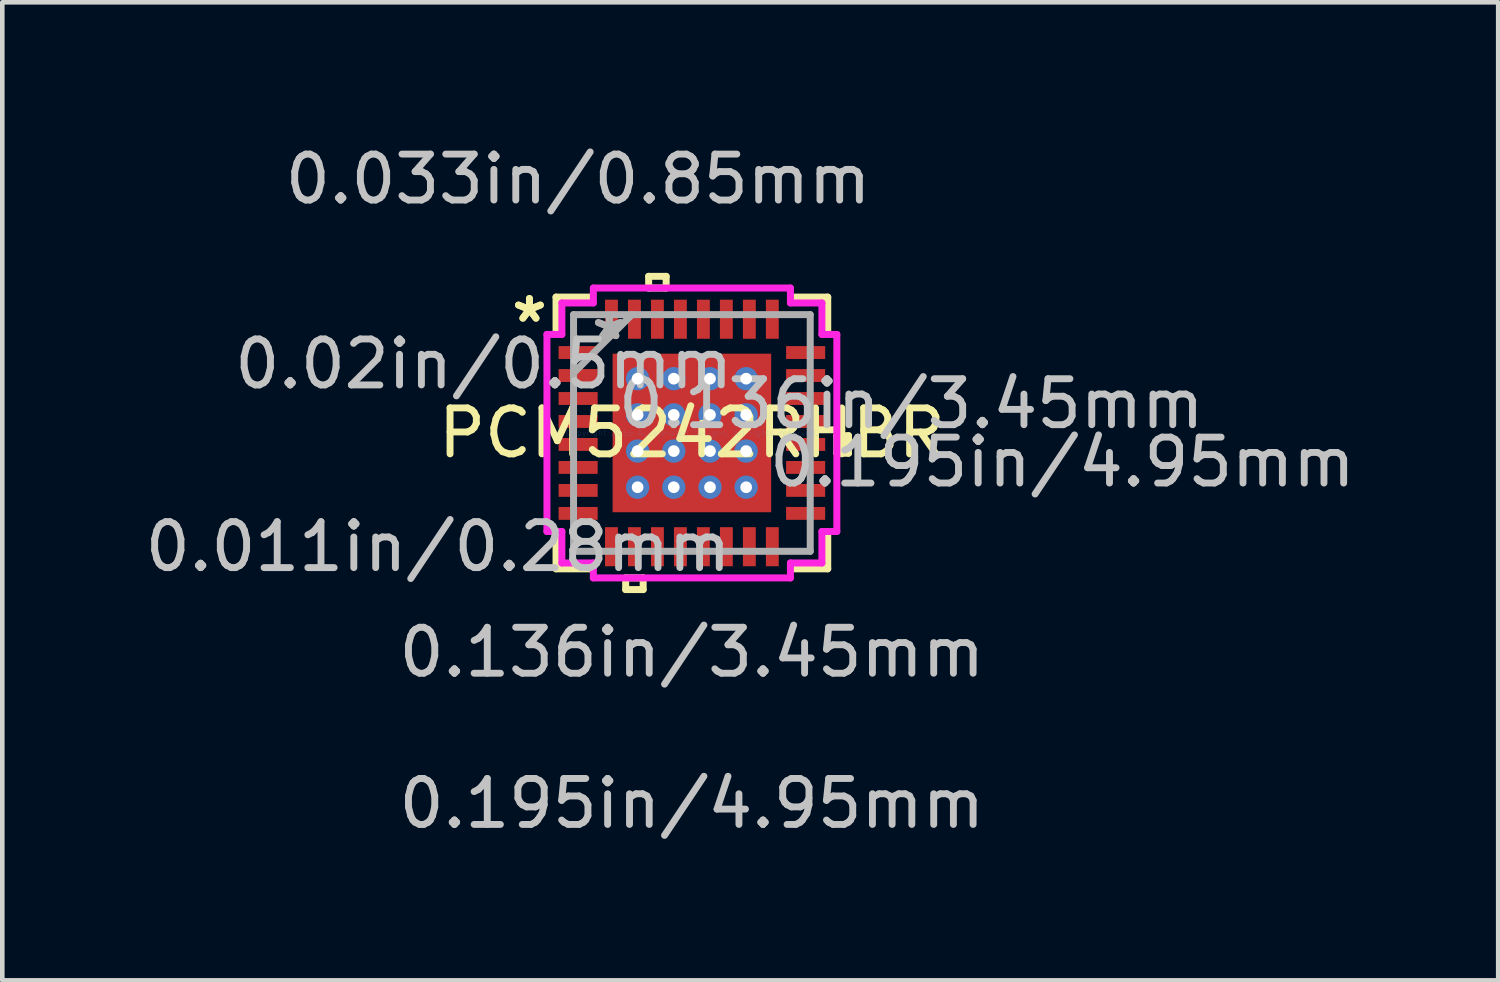
<source format=kicad_pcb>
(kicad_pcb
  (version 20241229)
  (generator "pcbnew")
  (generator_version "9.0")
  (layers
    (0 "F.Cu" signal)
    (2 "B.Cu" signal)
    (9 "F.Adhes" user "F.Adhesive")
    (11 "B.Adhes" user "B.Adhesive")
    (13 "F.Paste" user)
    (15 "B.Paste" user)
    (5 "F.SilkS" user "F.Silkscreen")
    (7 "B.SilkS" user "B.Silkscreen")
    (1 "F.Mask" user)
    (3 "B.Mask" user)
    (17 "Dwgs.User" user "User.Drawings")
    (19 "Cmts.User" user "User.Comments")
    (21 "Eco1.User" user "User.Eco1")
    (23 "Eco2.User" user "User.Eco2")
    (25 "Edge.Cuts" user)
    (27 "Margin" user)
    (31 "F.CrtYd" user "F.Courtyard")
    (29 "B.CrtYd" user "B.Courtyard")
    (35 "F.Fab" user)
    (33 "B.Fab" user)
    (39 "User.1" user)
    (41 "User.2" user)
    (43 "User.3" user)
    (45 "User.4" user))
  (footprint "PCM5242RHBR"
    (layer "F.Cu")
    (at 12.005 6.371)
    (property "Reference" "PCM5242RHBR" (at 0 0 0) (layer "F.SilkS") (effects (font (size 1 1) (thickness 0.15))))
    (attr through_hole)
    (fp_line (start -1.788 -1.788) (end -1.381 -1.788) (stroke (width 0.152) (type solid)) (layer "F.Mask"))
    (fp_line (start -1.788 -1.788) (end 1.788 -1.788) (stroke (width 0.152) (type solid)) (layer "F.Mask"))
    (fp_line (start -1.788 -1.381) (end -1.788 -1.788) (stroke (width 0.152) (type solid)) (layer "F.Mask"))
    (fp_line (start -1.788 -0.981) (end 1.788 -0.981) (stroke (width 0.152) (type solid)) (layer "F.Mask"))
    (fp_line (start -1.788 -0.594) (end -1.788 -0.981) (stroke (width 0.152) (type solid)) (layer "F.Mask"))
    (fp_line (start -1.788 -0.194) (end 1.788 -0.194) (stroke (width 0.152) (type solid)) (layer "F.Mask"))
    (fp_line (start -1.788 0.194) (end -1.788 -0.194) (stroke (width 0.152) (type solid)) (layer "F.Mask"))
    (fp_line (start -1.788 0.594) (end 1.788 0.594) (stroke (width 0.152) (type solid)) (layer "F.Mask"))
    (fp_line (start -1.788 0.981) (end -1.788 0.594) (stroke (width 0.152) (type solid)) (layer "F.Mask"))
    (fp_line (start -1.788 1.381) (end 1.788 1.381) (stroke (width 0.152) (type solid)) (layer "F.Mask"))
    (fp_line (start -1.788 1.788) (end -1.788 -1.788) (stroke (width 0.152) (type solid)) (layer "F.Mask"))
    (fp_line (start -1.788 1.788) (end -1.788 1.381) (stroke (width 0.152) (type solid)) (layer "F.Mask"))
    (fp_line (start -1.381 -1.788) (end -1.381 1.788) (stroke (width 0.152) (type solid)) (layer "F.Mask"))
    (fp_line (start -1.381 1.788) (end -1.788 1.788) (stroke (width 0.152) (type solid)) (layer "F.Mask"))
    (fp_line (start -0.981 -1.788) (end -0.981 1.788) (stroke (width 0.152) (type solid)) (layer "F.Mask"))
    (fp_line (start -0.981 1.788) (end -0.594 1.788) (stroke (width 0.152) (type solid)) (layer "F.Mask"))
    (fp_line (start -0.594 -1.788) (end -0.981 -1.788) (stroke (width 0.152) (type solid)) (layer "F.Mask"))
    (fp_line (start -0.594 1.788) (end -0.594 -1.788) (stroke (width 0.152) (type solid)) (layer "F.Mask"))
    (fp_line (start -0.194 -1.788) (end -0.194 1.788) (stroke (width 0.152) (type solid)) (layer "F.Mask"))
    (fp_line (start -0.194 1.788) (end 0.194 1.788) (stroke (width 0.152) (type solid)) (layer "F.Mask"))
    (fp_line (start 0.194 -1.788) (end -0.194 -1.788) (stroke (width 0.152) (type solid)) (layer "F.Mask"))
    (fp_line (start 0.194 1.788) (end 0.194 -1.788) (stroke (width 0.152) (type solid)) (layer "F.Mask"))
    (fp_line (start 0.594 -1.788) (end 0.594 1.788) (stroke (width 0.152) (type solid)) (layer "F.Mask"))
    (fp_line (start 0.594 1.788) (end 0.981 1.788) (stroke (width 0.152) (type solid)) (layer "F.Mask"))
    (fp_line (start 0.981 -1.788) (end 0.594 -1.788) (stroke (width 0.152) (type solid)) (layer "F.Mask"))
    (fp_line (start 0.981 1.788) (end 0.981 -1.788) (stroke (width 0.152) (type solid)) (layer "F.Mask"))
    (fp_line (start 1.381 -1.788) (end 1.788 -1.788) (stroke (width 0.152) (type solid)) (layer "F.Mask"))
    (fp_line (start 1.381 1.788) (end 1.381 -1.788) (stroke (width 0.152) (type solid)) (layer "F.Mask"))
    (fp_line (start 1.788 -1.788) (end 1.788 -1.381) (stroke (width 0.152) (type solid)) (layer "F.Mask"))
    (fp_line (start 1.788 -1.788) (end 1.788 1.788) (stroke (width 0.152) (type solid)) (layer "F.Mask"))
    (fp_line (start 1.788 -1.381) (end -1.788 -1.381) (stroke (width 0.152) (type solid)) (layer "F.Mask"))
    (fp_line (start 1.788 -0.981) (end 1.788 -0.594) (stroke (width 0.152) (type solid)) (layer "F.Mask"))
    (fp_line (start 1.788 -0.594) (end -1.788 -0.594) (stroke (width 0.152) (type solid)) (layer "F.Mask"))
    (fp_line (start 1.788 -0.194) (end 1.788 0.194) (stroke (width 0.152) (type solid)) (layer "F.Mask"))
    (fp_line (start 1.788 0.194) (end -1.788 0.194) (stroke (width 0.152) (type solid)) (layer "F.Mask"))
    (fp_line (start 1.788 0.594) (end 1.788 0.981) (stroke (width 0.152) (type solid)) (layer "F.Mask"))
    (fp_line (start 1.788 0.981) (end -1.788 0.981) (stroke (width 0.152) (type solid)) (layer "F.Mask"))
    (fp_line (start 1.788 1.381) (end 1.788 1.788) (stroke (width 0.152) (type solid)) (layer "F.Mask"))
    (fp_line (start 1.788 1.788) (end -1.788 1.788) (stroke (width 0.152) (type solid)) (layer "F.Mask"))
    (fp_line (start 1.788 1.788) (end 1.381 1.788) (stroke (width 0.152) (type solid)) (layer "F.Mask"))
    (fp_line (start -2.956 -2.956) (end -2.956 -2.218) (stroke (width 0.152) (type solid)) (layer "F.SilkS"))
    (fp_line (start -2.956 2.218) (end -2.956 2.956) (stroke (width 0.152) (type solid)) (layer "F.SilkS"))
    (fp_line (start -2.956 2.956) (end -2.218 2.956) (stroke (width 0.152) (type solid)) (layer "F.SilkS"))
    (fp_line (start -2.218 -2.956) (end -2.956 -2.956) (stroke (width 0.152) (type solid)) (layer "F.SilkS"))
    (fp_line (start -1.441 3.154) (end -1.441 3.408) (stroke (width 0.152) (type solid)) (layer "F.SilkS"))
    (fp_line (start -1.441 3.408) (end -1.06 3.408) (stroke (width 0.152) (type solid)) (layer "F.SilkS"))
    (fp_line (start -1.06 3.154) (end -1.441 3.154) (stroke (width 0.152) (type solid)) (layer "F.SilkS"))
    (fp_line (start -1.06 3.408) (end -1.06 3.154) (stroke (width 0.152) (type solid)) (layer "F.SilkS"))
    (fp_line (start -0.941 -3.408) (end -0.56 -3.408) (stroke (width 0.152) (type solid)) (layer "F.SilkS"))
    (fp_line (start -0.941 -3.154) (end -0.941 -3.408) (stroke (width 0.152) (type solid)) (layer "F.SilkS"))
    (fp_line (start -0.56 -3.408) (end -0.56 -3.154) (stroke (width 0.152) (type solid)) (layer "F.SilkS"))
    (fp_line (start -0.56 -3.154) (end -0.941 -3.154) (stroke (width 0.152) (type solid)) (layer "F.SilkS"))
    (fp_line (start 2.218 2.956) (end 2.956 2.956) (stroke (width 0.152) (type solid)) (layer "F.SilkS"))
    (fp_line (start 2.956 -2.956) (end 2.218 -2.956) (stroke (width 0.152) (type solid)) (layer "F.SilkS"))
    (fp_line (start 2.956 -2.218) (end 2.956 -2.956) (stroke (width 0.152) (type solid)) (layer "F.SilkS"))
    (fp_line (start 2.956 2.956) (end 2.956 2.218) (stroke (width 0.152) (type solid)) (layer "F.SilkS"))
    (fp_line (start 3.154 0.059) (end 3.408 0.059) (stroke (width 0.152) (type solid)) (layer "F.SilkS"))
    (fp_line (start 3.154 0.441) (end 3.154 0.059) (stroke (width 0.152) (type solid)) (layer "F.SilkS"))
    (fp_line (start 3.408 0.059) (end 3.408 0.441) (stroke (width 0.152) (type solid)) (layer "F.SilkS"))
    (fp_line (start 3.408 0.441) (end 3.154 0.441) (stroke (width 0.152) (type solid)) (layer "F.SilkS"))
    (fp_line (start -1.65 -1.65) (end -1.65 -1.281) (stroke (width 0.152) (type solid)) (layer "F.Paste"))
    (fp_line (start -1.65 -1.281) (end -1.423 -1.281) (stroke (width 0.152) (type solid)) (layer "F.Paste"))
    (fp_line (start -1.65 -1.081) (end -1.65 -0.494) (stroke (width 0.152) (type solid)) (layer "F.Paste"))
    (fp_line (start -1.65 -0.494) (end -1.423 -0.494) (stroke (width 0.152) (type solid)) (layer "F.Paste"))
    (fp_line (start -1.65 -0.294) (end -1.65 0.294) (stroke (width 0.152) (type solid)) (layer "F.Paste"))
    (fp_line (start -1.65 0.294) (end -1.423 0.294) (stroke (width 0.152) (type solid)) (layer "F.Paste"))
    (fp_line (start -1.65 0.494) (end -1.65 1.081) (stroke (width 0.152) (type solid)) (layer "F.Paste"))
    (fp_line (start -1.65 1.081) (end -1.423 1.081) (stroke (width 0.152) (type solid)) (layer "F.Paste"))
    (fp_line (start -1.65 1.281) (end -1.65 1.65) (stroke (width 0.152) (type solid)) (layer "F.Paste"))
    (fp_line (start -1.65 1.65) (end -1.281 1.65) (stroke (width 0.152) (type solid)) (layer "F.Paste"))
    (fp_line (start -1.423 -1.281) (end -1.423 -1.281) (stroke (width 0.152) (type solid)) (layer "F.Paste"))
    (fp_line (start -1.423 -1.281) (end -1.281 -1.423) (stroke (width 0.152) (type solid)) (layer "F.Paste"))
    (fp_line (start -1.423 -1.081) (end -1.65 -1.081) (stroke (width 0.152) (type solid)) (layer "F.Paste"))
    (fp_line (start -1.423 -1.081) (end -1.423 -1.081) (stroke (width 0.152) (type solid)) (layer "F.Paste"))
    (fp_line (start -1.423 -0.494) (end -1.423 -0.494) (stroke (width 0.152) (type solid)) (layer "F.Paste"))
    (fp_line (start -1.423 -0.494) (end -1.281 -0.635) (stroke (width 0.152) (type solid)) (layer "F.Paste"))
    (fp_line (start -1.423 -0.294) (end -1.65 -0.294) (stroke (width 0.152) (type solid)) (layer "F.Paste"))
    (fp_line (start -1.423 -0.294) (end -1.423 -0.294) (stroke (width 0.152) (type solid)) (layer "F.Paste"))
    (fp_line (start -1.423 0.294) (end -1.423 0.294) (stroke (width 0.152) (type solid)) (layer "F.Paste"))
    (fp_line (start -1.423 0.294) (end -1.281 0.152) (stroke (width 0.152) (type solid)) (layer "F.Paste"))
    (fp_line (start -1.423 0.494) (end -1.65 0.494) (stroke (width 0.152) (type solid)) (layer "F.Paste"))
    (fp_line (start -1.423 0.494) (end -1.423 0.494) (stroke (width 0.152) (type solid)) (layer "F.Paste"))
    (fp_line (start -1.423 1.081) (end -1.423 1.081) (stroke (width 0.152) (type solid)) (layer "F.Paste"))
    (fp_line (start -1.423 1.081) (end -1.281 0.94) (stroke (width 0.152) (type solid)) (layer "F.Paste"))
    (fp_line (start -1.423 1.281) (end -1.65 1.281) (stroke (width 0.152) (type solid)) (layer "F.Paste"))
    (fp_line (start -1.423 1.281) (end -1.423 1.281) (stroke (width 0.152) (type solid)) (layer "F.Paste"))
    (fp_line (start -1.281 -1.65) (end -1.65 -1.65) (stroke (width 0.152) (type solid)) (layer "F.Paste"))
    (fp_line (start -1.281 -1.423) (end -1.281 -1.65) (stroke (width 0.152) (type solid)) (layer "F.Paste"))
    (fp_line (start -1.281 -1.423) (end -1.281 -1.423) (stroke (width 0.152) (type solid)) (layer "F.Paste"))
    (fp_line (start -1.281 -0.94) (end -1.423 -1.081) (stroke (width 0.152) (type solid)) (layer "F.Paste"))
    (fp_line (start -1.281 -0.94) (end -1.281 -0.94) (stroke (width 0.152) (type solid)) (layer "F.Paste"))
    (fp_line (start -1.281 -0.635) (end -1.281 -0.94) (stroke (width 0.152) (type solid)) (layer "F.Paste"))
    (fp_line (start -1.281 -0.635) (end -1.281 -0.635) (stroke (width 0.152) (type solid)) (layer "F.Paste"))
    (fp_line (start -1.281 -0.152) (end -1.423 -0.294) (stroke (width 0.152) (type solid)) (layer "F.Paste"))
    (fp_line (start -1.281 -0.152) (end -1.281 -0.152) (stroke (width 0.152) (type solid)) (layer "F.Paste"))
    (fp_line (start -1.281 0.152) (end -1.281 -0.152) (stroke (width 0.152) (type solid)) (layer "F.Paste"))
    (fp_line (start -1.281 0.152) (end -1.281 0.152) (stroke (width 0.152) (type solid)) (layer "F.Paste"))
    (fp_line (start -1.281 0.635) (end -1.423 0.494) (stroke (width 0.152) (type solid)) (layer "F.Paste"))
    (fp_line (start -1.281 0.635) (end -1.281 0.635) (stroke (width 0.152) (type solid)) (layer "F.Paste"))
    (fp_line (start -1.281 0.94) (end -1.281 0.635) (stroke (width 0.152) (type solid)) (layer "F.Paste"))
    (fp_line (start -1.281 0.94) (end -1.281 0.94) (stroke (width 0.152) (type solid)) (layer "F.Paste"))
    (fp_line (start -1.281 1.423) (end -1.423 1.281) (stroke (width 0.152) (type solid)) (layer "F.Paste"))
    (fp_line (start -1.281 1.423) (end -1.281 1.423) (stroke (width 0.152) (type solid)) (layer "F.Paste"))
    (fp_line (start -1.281 1.65) (end -1.281 1.423) (stroke (width 0.152) (type solid)) (layer "F.Paste"))
    (fp_line (start -1.081 -1.65) (end -1.081 -1.423) (stroke (width 0.152) (type solid)) (layer "F.Paste"))
    (fp_line (start -1.081 -1.423) (end -1.081 -1.423) (stroke (width 0.152) (type solid)) (layer "F.Paste"))
    (fp_line (start -1.081 -1.423) (end -0.94 -1.281) (stroke (width 0.152) (type solid)) (layer "F.Paste"))
    (fp_line (start -1.081 -0.94) (end -1.081 -0.94) (stroke (width 0.152) (type solid)) (layer "F.Paste"))
    (fp_line (start -1.081 -0.94) (end -1.081 -0.635) (stroke (width 0.152) (type solid)) (layer "F.Paste"))
    (fp_line (start -1.081 -0.635) (end -1.081 -0.635) (stroke (width 0.152) (type solid)) (layer "F.Paste"))
    (fp_line (start -1.081 -0.635) (end -0.94 -0.494) (stroke (width 0.152) (type solid)) (layer "F.Paste"))
    (fp_line (start -1.081 -0.152) (end -1.081 -0.152) (stroke (width 0.152) (type solid)) (layer "F.Paste"))
    (fp_line (start -1.081 -0.152) (end -1.081 0.152) (stroke (width 0.152) (type solid)) (layer "F.Paste"))
    (fp_line (start -1.081 0.152) (end -1.081 0.152) (stroke (width 0.152) (type solid)) (layer "F.Paste"))
    (fp_line (start -1.081 0.152) (end -0.94 0.294) (stroke (width 0.152) (type solid)) (layer "F.Paste"))
    (fp_line (start -1.081 0.635) (end -1.081 0.635) (stroke (width 0.152) (type solid)) (layer "F.Paste"))
    (fp_line (start -1.081 0.635) (end -1.081 0.94) (stroke (width 0.152) (type solid)) (layer "F.Paste"))
    (fp_line (start -1.081 0.94) (end -1.081 0.94) (stroke (width 0.152) (type solid)) (layer "F.Paste"))
    (fp_line (start -1.081 0.94) (end -0.94 1.081) (stroke (width 0.152) (type solid)) (layer "F.Paste"))
    (fp_line (start -1.081 1.423) (end -1.081 1.423) (stroke (width 0.152) (type solid)) (layer "F.Paste"))
    (fp_line (start -1.081 1.423) (end -1.081 1.65) (stroke (width 0.152) (type solid)) (layer "F.Paste"))
    (fp_line (start -1.081 1.65) (end -0.494 1.65) (stroke (width 0.152) (type solid)) (layer "F.Paste"))
    (fp_line (start -0.94 -1.281) (end -0.94 -1.281) (stroke (width 0.152) (type solid)) (layer "F.Paste"))
    (fp_line (start -0.94 -1.281) (end -0.635 -1.281) (stroke (width 0.152) (type solid)) (layer "F.Paste"))
    (fp_line (start -0.94 -1.081) (end -1.081 -0.94) (stroke (width 0.152) (type solid)) (layer "F.Paste"))
    (fp_line (start -0.94 -1.081) (end -0.94 -1.081) (stroke (width 0.152) (type solid)) (layer "F.Paste"))
    (fp_line (start -0.94 -0.494) (end -0.94 -0.494) (stroke (width 0.152) (type solid)) (layer "F.Paste"))
    (fp_line (start -0.94 -0.494) (end -0.635 -0.494) (stroke (width 0.152) (type solid)) (layer "F.Paste"))
    (fp_line (start -0.94 -0.294) (end -1.081 -0.152) (stroke (width 0.152) (type solid)) (layer "F.Paste"))
    (fp_line (start -0.94 -0.294) (end -0.94 -0.294) (stroke (width 0.152) (type solid)) (layer "F.Paste"))
    (fp_line (start -0.94 0.294) (end -0.94 0.294) (stroke (width 0.152) (type solid)) (layer "F.Paste"))
    (fp_line (start -0.94 0.294) (end -0.635 0.294) (stroke (width 0.152) (type solid)) (layer "F.Paste"))
    (fp_line (start -0.94 0.494) (end -1.081 0.635) (stroke (width 0.152) (type solid)) (layer "F.Paste"))
    (fp_line (start -0.94 0.494) (end -0.94 0.494) (stroke (width 0.152) (type solid)) (layer "F.Paste"))
    (fp_line (start -0.94 1.081) (end -0.94 1.081) (stroke (width 0.152) (type solid)) (layer "F.Paste"))
    (fp_line (start -0.94 1.081) (end -0.635 1.081) (stroke (width 0.152) (type solid)) (layer "F.Paste"))
    (fp_line (start -0.94 1.281) (end -1.081 1.423) (stroke (width 0.152) (type solid)) (layer "F.Paste"))
    (fp_line (start -0.94 1.281) (end -0.94 1.281) (stroke (width 0.152) (type solid)) (layer "F.Paste"))
    (fp_line (start -0.635 -1.281) (end -0.635 -1.281) (stroke (width 0.152) (type solid)) (layer "F.Paste"))
    (fp_line (start -0.635 -1.281) (end -0.494 -1.423) (stroke (width 0.152) (type solid)) (layer "F.Paste"))
    (fp_line (start -0.635 -1.081) (end -0.94 -1.081) (stroke (width 0.152) (type solid)) (layer "F.Paste"))
    (fp_line (start -0.635 -1.081) (end -0.635 -1.081) (stroke (width 0.152) (type solid)) (layer "F.Paste"))
    (fp_line (start -0.635 -0.494) (end -0.635 -0.494) (stroke (width 0.152) (type solid)) (layer "F.Paste"))
    (fp_line (start -0.635 -0.494) (end -0.494 -0.635) (stroke (width 0.152) (type solid)) (layer "F.Paste"))
    (fp_line (start -0.635 -0.294) (end -0.94 -0.294) (stroke (width 0.152) (type solid)) (layer "F.Paste"))
    (fp_line (start -0.635 -0.294) (end -0.635 -0.294) (stroke (width 0.152) (type solid)) (layer "F.Paste"))
    (fp_line (start -0.635 0.294) (end -0.635 0.294) (stroke (width 0.152) (type solid)) (layer "F.Paste"))
    (fp_line (start -0.635 0.294) (end -0.494 0.152) (stroke (width 0.152) (type solid)) (layer "F.Paste"))
    (fp_line (start -0.635 0.494) (end -0.94 0.494) (stroke (width 0.152) (type solid)) (layer "F.Paste"))
    (fp_line (start -0.635 0.494) (end -0.635 0.494) (stroke (width 0.152) (type solid)) (layer "F.Paste"))
    (fp_line (start -0.635 1.081) (end -0.635 1.081) (stroke (width 0.152) (type solid)) (layer "F.Paste"))
    (fp_line (start -0.635 1.081) (end -0.494 0.94) (stroke (width 0.152) (type solid)) (layer "F.Paste"))
    (fp_line (start -0.635 1.281) (end -0.94 1.281) (stroke (width 0.152) (type solid)) (layer "F.Paste"))
    (fp_line (start -0.635 1.281) (end -0.635 1.281) (stroke (width 0.152) (type solid)) (layer "F.Paste"))
    (fp_line (start -0.494 -1.65) (end -1.081 -1.65) (stroke (width 0.152) (type solid)) (layer "F.Paste"))
    (fp_line (start -0.494 -1.423) (end -0.494 -1.65) (stroke (width 0.152) (type solid)) (layer "F.Paste"))
    (fp_line (start -0.494 -1.423) (end -0.494 -1.423) (stroke (width 0.152) (type solid)) (layer "F.Paste"))
    (fp_line (start -0.494 -0.94) (end -0.635 -1.081) (stroke (width 0.152) (type solid)) (layer "F.Paste"))
    (fp_line (start -0.494 -0.94) (end -0.494 -0.94) (stroke (width 0.152) (type solid)) (layer "F.Paste"))
    (fp_line (start -0.494 -0.635) (end -0.494 -0.94) (stroke (width 0.152) (type solid)) (layer "F.Paste"))
    (fp_line (start -0.494 -0.635) (end -0.494 -0.635) (stroke (width 0.152) (type solid)) (layer "F.Paste"))
    (fp_line (start -0.494 -0.152) (end -0.635 -0.294) (stroke (width 0.152) (type solid)) (layer "F.Paste"))
    (fp_line (start -0.494 -0.152) (end -0.494 -0.152) (stroke (width 0.152) (type solid)) (layer "F.Paste"))
    (fp_line (start -0.494 0.152) (end -0.494 -0.152) (stroke (width 0.152) (type solid)) (layer "F.Paste"))
    (fp_line (start -0.494 0.152) (end -0.494 0.152) (stroke (width 0.152) (type solid)) (layer "F.Paste"))
    (fp_line (start -0.494 0.635) (end -0.635 0.494) (stroke (width 0.152) (type solid)) (layer "F.Paste"))
    (fp_line (start -0.494 0.635) (end -0.494 0.635) (stroke (width 0.152) (type solid)) (layer "F.Paste"))
    (fp_line (start -0.494 0.94) (end -0.494 0.635) (stroke (width 0.152) (type solid)) (layer "F.Paste"))
    (fp_line (start -0.494 0.94) (end -0.494 0.94) (stroke (width 0.152) (type solid)) (layer "F.Paste"))
    (fp_line (start -0.494 1.423) (end -0.635 1.281) (stroke (width 0.152) (type solid)) (layer "F.Paste"))
    (fp_line (start -0.494 1.423) (end -0.494 1.423) (stroke (width 0.152) (type solid)) (layer "F.Paste"))
    (fp_line (start -0.494 1.65) (end -0.494 1.423) (stroke (width 0.152) (type solid)) (layer "F.Paste"))
    (fp_line (start -0.294 -1.65) (end -0.294 -1.423) (stroke (width 0.152) (type solid)) (layer "F.Paste"))
    (fp_line (start -0.294 -1.423) (end -0.294 -1.423) (stroke (width 0.152) (type solid)) (layer "F.Paste"))
    (fp_line (start -0.294 -1.423) (end -0.152 -1.281) (stroke (width 0.152) (type solid)) (layer "F.Paste"))
    (fp_line (start -0.294 -0.94) (end -0.294 -0.94) (stroke (width 0.152) (type solid)) (layer "F.Paste"))
    (fp_line (start -0.294 -0.94) (end -0.294 -0.635) (stroke (width 0.152) (type solid)) (layer "F.Paste"))
    (fp_line (start -0.294 -0.635) (end -0.294 -0.635) (stroke (width 0.152) (type solid)) (layer "F.Paste"))
    (fp_line (start -0.294 -0.635) (end -0.152 -0.494) (stroke (width 0.152) (type solid)) (layer "F.Paste"))
    (fp_line (start -0.294 -0.152) (end -0.294 -0.152) (stroke (width 0.152) (type solid)) (layer "F.Paste"))
    (fp_line (start -0.294 -0.152) (end -0.294 0.152) (stroke (width 0.152) (type solid)) (layer "F.Paste"))
    (fp_line (start -0.294 0.152) (end -0.294 0.152) (stroke (width 0.152) (type solid)) (layer "F.Paste"))
    (fp_line (start -0.294 0.152) (end -0.152 0.294) (stroke (width 0.152) (type solid)) (layer "F.Paste"))
    (fp_line (start -0.294 0.635) (end -0.294 0.635) (stroke (width 0.152) (type solid)) (layer "F.Paste"))
    (fp_line (start -0.294 0.635) (end -0.294 0.94) (stroke (width 0.152) (type solid)) (layer "F.Paste"))
    (fp_line (start -0.294 0.94) (end -0.294 0.94) (stroke (width 0.152) (type solid)) (layer "F.Paste"))
    (fp_line (start -0.294 0.94) (end -0.152 1.081) (stroke (width 0.152) (type solid)) (layer "F.Paste"))
    (fp_line (start -0.294 1.423) (end -0.294 1.423) (stroke (width 0.152) (type solid)) (layer "F.Paste"))
    (fp_line (start -0.294 1.423) (end -0.294 1.65) (stroke (width 0.152) (type solid)) (layer "F.Paste"))
    (fp_line (start -0.294 1.65) (end 0.294 1.65) (stroke (width 0.152) (type solid)) (layer "F.Paste"))
    (fp_line (start -0.152 -1.281) (end -0.152 -1.281) (stroke (width 0.152) (type solid)) (layer "F.Paste"))
    (fp_line (start -0.152 -1.281) (end 0.152 -1.281) (stroke (width 0.152) (type solid)) (layer "F.Paste"))
    (fp_line (start -0.152 -1.081) (end -0.294 -0.94) (stroke (width 0.152) (type solid)) (layer "F.Paste"))
    (fp_line (start -0.152 -1.081) (end -0.152 -1.081) (stroke (width 0.152) (type solid)) (layer "F.Paste"))
    (fp_line (start -0.152 -0.494) (end -0.152 -0.494) (stroke (width 0.152) (type solid)) (layer "F.Paste"))
    (fp_line (start -0.152 -0.494) (end 0.152 -0.494) (stroke (width 0.152) (type solid)) (layer "F.Paste"))
    (fp_line (start -0.152 -0.294) (end -0.294 -0.152) (stroke (width 0.152) (type solid)) (layer "F.Paste"))
    (fp_line (start -0.152 -0.294) (end -0.152 -0.294) (stroke (width 0.152) (type solid)) (layer "F.Paste"))
    (fp_line (start -0.152 0.294) (end -0.152 0.294) (stroke (width 0.152) (type solid)) (layer "F.Paste"))
    (fp_line (start -0.152 0.294) (end 0.152 0.294) (stroke (width 0.152) (type solid)) (layer "F.Paste"))
    (fp_line (start -0.152 0.494) (end -0.294 0.635) (stroke (width 0.152) (type solid)) (layer "F.Paste"))
    (fp_line (start -0.152 0.494) (end -0.152 0.494) (stroke (width 0.152) (type solid)) (layer "F.Paste"))
    (fp_line (start -0.152 1.081) (end -0.152 1.081) (stroke (width 0.152) (type solid)) (layer "F.Paste"))
    (fp_line (start -0.152 1.081) (end 0.152 1.081) (stroke (width 0.152) (type solid)) (layer "F.Paste"))
    (fp_line (start -0.152 1.281) (end -0.294 1.423) (stroke (width 0.152) (type solid)) (layer "F.Paste"))
    (fp_line (start -0.152 1.281) (end -0.152 1.281) (stroke (width 0.152) (type solid)) (layer "F.Paste"))
    (fp_line (start 0.152 -1.281) (end 0.152 -1.281) (stroke (width 0.152) (type solid)) (layer "F.Paste"))
    (fp_line (start 0.152 -1.281) (end 0.294 -1.423) (stroke (width 0.152) (type solid)) (layer "F.Paste"))
    (fp_line (start 0.152 -1.081) (end -0.152 -1.081) (stroke (width 0.152) (type solid)) (layer "F.Paste"))
    (fp_line (start 0.152 -1.081) (end 0.152 -1.081) (stroke (width 0.152) (type solid)) (layer "F.Paste"))
    (fp_line (start 0.152 -0.494) (end 0.152 -0.494) (stroke (width 0.152) (type solid)) (layer "F.Paste"))
    (fp_line (start 0.152 -0.494) (end 0.294 -0.635) (stroke (width 0.152) (type solid)) (layer "F.Paste"))
    (fp_line (start 0.152 -0.294) (end -0.152 -0.294) (stroke (width 0.152) (type solid)) (layer "F.Paste"))
    (fp_line (start 0.152 -0.294) (end 0.152 -0.294) (stroke (width 0.152) (type solid)) (layer "F.Paste"))
    (fp_line (start 0.152 0.294) (end 0.152 0.294) (stroke (width 0.152) (type solid)) (layer "F.Paste"))
    (fp_line (start 0.152 0.294) (end 0.294 0.152) (stroke (width 0.152) (type solid)) (layer "F.Paste"))
    (fp_line (start 0.152 0.494) (end -0.152 0.494) (stroke (width 0.152) (type solid)) (layer "F.Paste"))
    (fp_line (start 0.152 0.494) (end 0.152 0.494) (stroke (width 0.152) (type solid)) (layer "F.Paste"))
    (fp_line (start 0.152 1.081) (end 0.152 1.081) (stroke (width 0.152) (type solid)) (layer "F.Paste"))
    (fp_line (start 0.152 1.081) (end 0.294 0.94) (stroke (width 0.152) (type solid)) (layer "F.Paste"))
    (fp_line (start 0.152 1.281) (end -0.152 1.281) (stroke (width 0.152) (type solid)) (layer "F.Paste"))
    (fp_line (start 0.152 1.281) (end 0.152 1.281) (stroke (width 0.152) (type solid)) (layer "F.Paste"))
    (fp_line (start 0.294 -1.65) (end -0.294 -1.65) (stroke (width 0.152) (type solid)) (layer "F.Paste"))
    (fp_line (start 0.294 -1.423) (end 0.294 -1.65) (stroke (width 0.152) (type solid)) (layer "F.Paste"))
    (fp_line (start 0.294 -1.423) (end 0.294 -1.423) (stroke (width 0.152) (type solid)) (layer "F.Paste"))
    (fp_line (start 0.294 -0.94) (end 0.152 -1.081) (stroke (width 0.152) (type solid)) (layer "F.Paste"))
    (fp_line (start 0.294 -0.94) (end 0.294 -0.94) (stroke (width 0.152) (type solid)) (layer "F.Paste"))
    (fp_line (start 0.294 -0.635) (end 0.294 -0.94) (stroke (width 0.152) (type solid)) (layer "F.Paste"))
    (fp_line (start 0.294 -0.635) (end 0.294 -0.635) (stroke (width 0.152) (type solid)) (layer "F.Paste"))
    (fp_line (start 0.294 -0.152) (end 0.152 -0.294) (stroke (width 0.152) (type solid)) (layer "F.Paste"))
    (fp_line (start 0.294 -0.152) (end 0.294 -0.152) (stroke (width 0.152) (type solid)) (layer "F.Paste"))
    (fp_line (start 0.294 0.152) (end 0.294 -0.152) (stroke (width 0.152) (type solid)) (layer "F.Paste"))
    (fp_line (start 0.294 0.152) (end 0.294 0.152) (stroke (width 0.152) (type solid)) (layer "F.Paste"))
    (fp_line (start 0.294 0.635) (end 0.152 0.494) (stroke (width 0.152) (type solid)) (layer "F.Paste"))
    (fp_line (start 0.294 0.635) (end 0.294 0.635) (stroke (width 0.152) (type solid)) (layer "F.Paste"))
    (fp_line (start 0.294 0.94) (end 0.294 0.635) (stroke (width 0.152) (type solid)) (layer "F.Paste"))
    (fp_line (start 0.294 0.94) (end 0.294 0.94) (stroke (width 0.152) (type solid)) (layer "F.Paste"))
    (fp_line (start 0.294 1.423) (end 0.152 1.281) (stroke (width 0.152) (type solid)) (layer "F.Paste"))
    (fp_line (start 0.294 1.423) (end 0.294 1.423) (stroke (width 0.152) (type solid)) (layer "F.Paste"))
    (fp_line (start 0.294 1.65) (end 0.294 1.423) (stroke (width 0.152) (type solid)) (layer "F.Paste"))
    (fp_line (start 0.494 -1.65) (end 0.494 -1.423) (stroke (width 0.152) (type solid)) (layer "F.Paste"))
    (fp_line (start 0.494 -1.423) (end 0.494 -1.423) (stroke (width 0.152) (type solid)) (layer "F.Paste"))
    (fp_line (start 0.494 -1.423) (end 0.635 -1.281) (stroke (width 0.152) (type solid)) (layer "F.Paste"))
    (fp_line (start 0.494 -0.94) (end 0.494 -0.94) (stroke (width 0.152) (type solid)) (layer "F.Paste"))
    (fp_line (start 0.494 -0.94) (end 0.494 -0.635) (stroke (width 0.152) (type solid)) (layer "F.Paste"))
    (fp_line (start 0.494 -0.635) (end 0.494 -0.635) (stroke (width 0.152) (type solid)) (layer "F.Paste"))
    (fp_line (start 0.494 -0.635) (end 0.635 -0.494) (stroke (width 0.152) (type solid)) (layer "F.Paste"))
    (fp_line (start 0.494 -0.152) (end 0.494 -0.152) (stroke (width 0.152) (type solid)) (layer "F.Paste"))
    (fp_line (start 0.494 -0.152) (end 0.494 0.152) (stroke (width 0.152) (type solid)) (layer "F.Paste"))
    (fp_line (start 0.494 0.152) (end 0.494 0.152) (stroke (width 0.152) (type solid)) (layer "F.Paste"))
    (fp_line (start 0.494 0.152) (end 0.635 0.294) (stroke (width 0.152) (type solid)) (layer "F.Paste"))
    (fp_line (start 0.494 0.635) (end 0.494 0.635) (stroke (width 0.152) (type solid)) (layer "F.Paste"))
    (fp_line (start 0.494 0.635) (end 0.494 0.94) (stroke (width 0.152) (type solid)) (layer "F.Paste"))
    (fp_line (start 0.494 0.94) (end 0.494 0.94) (stroke (width 0.152) (type solid)) (layer "F.Paste"))
    (fp_line (start 0.494 0.94) (end 0.635 1.081) (stroke (width 0.152) (type solid)) (layer "F.Paste"))
    (fp_line (start 0.494 1.423) (end 0.494 1.423) (stroke (width 0.152) (type solid)) (layer "F.Paste"))
    (fp_line (start 0.494 1.423) (end 0.494 1.65) (stroke (width 0.152) (type solid)) (layer "F.Paste"))
    (fp_line (start 0.494 1.65) (end 1.081 1.65) (stroke (width 0.152) (type solid)) (layer "F.Paste"))
    (fp_line (start 0.635 -1.281) (end 0.635 -1.281) (stroke (width 0.152) (type solid)) (layer "F.Paste"))
    (fp_line (start 0.635 -1.281) (end 0.94 -1.281) (stroke (width 0.152) (type solid)) (layer "F.Paste"))
    (fp_line (start 0.635 -1.081) (end 0.494 -0.94) (stroke (width 0.152) (type solid)) (layer "F.Paste"))
    (fp_line (start 0.635 -1.081) (end 0.635 -1.081) (stroke (width 0.152) (type solid)) (layer "F.Paste"))
    (fp_line (start 0.635 -0.494) (end 0.635 -0.494) (stroke (width 0.152) (type solid)) (layer "F.Paste"))
    (fp_line (start 0.635 -0.494) (end 0.94 -0.494) (stroke (width 0.152) (type solid)) (layer "F.Paste"))
    (fp_line (start 0.635 -0.294) (end 0.494 -0.152) (stroke (width 0.152) (type solid)) (layer "F.Paste"))
    (fp_line (start 0.635 -0.294) (end 0.635 -0.294) (stroke (width 0.152) (type solid)) (layer "F.Paste"))
    (fp_line (start 0.635 0.294) (end 0.635 0.294) (stroke (width 0.152) (type solid)) (layer "F.Paste"))
    (fp_line (start 0.635 0.294) (end 0.94 0.294) (stroke (width 0.152) (type solid)) (layer "F.Paste"))
    (fp_line (start 0.635 0.494) (end 0.494 0.635) (stroke (width 0.152) (type solid)) (layer "F.Paste"))
    (fp_line (start 0.635 0.494) (end 0.635 0.494) (stroke (width 0.152) (type solid)) (layer "F.Paste"))
    (fp_line (start 0.635 1.081) (end 0.635 1.081) (stroke (width 0.152) (type solid)) (layer "F.Paste"))
    (fp_line (start 0.635 1.081) (end 0.94 1.081) (stroke (width 0.152) (type solid)) (layer "F.Paste"))
    (fp_line (start 0.635 1.281) (end 0.494 1.423) (stroke (width 0.152) (type solid)) (layer "F.Paste"))
    (fp_line (start 0.635 1.281) (end 0.635 1.281) (stroke (width 0.152) (type solid)) (layer "F.Paste"))
    (fp_line (start 0.94 -1.281) (end 0.94 -1.281) (stroke (width 0.152) (type solid)) (layer "F.Paste"))
    (fp_line (start 0.94 -1.281) (end 1.081 -1.423) (stroke (width 0.152) (type solid)) (layer "F.Paste"))
    (fp_line (start 0.94 -1.081) (end 0.635 -1.081) (stroke (width 0.152) (type solid)) (layer "F.Paste"))
    (fp_line (start 0.94 -1.081) (end 0.94 -1.081) (stroke (width 0.152) (type solid)) (layer "F.Paste"))
    (fp_line (start 0.94 -0.494) (end 0.94 -0.494) (stroke (width 0.152) (type solid)) (layer "F.Paste"))
    (fp_line (start 0.94 -0.494) (end 1.081 -0.635) (stroke (width 0.152) (type solid)) (layer "F.Paste"))
    (fp_line (start 0.94 -0.294) (end 0.635 -0.294) (stroke (width 0.152) (type solid)) (layer "F.Paste"))
    (fp_line (start 0.94 -0.294) (end 0.94 -0.294) (stroke (width 0.152) (type solid)) (layer "F.Paste"))
    (fp_line (start 0.94 0.294) (end 0.94 0.294) (stroke (width 0.152) (type solid)) (layer "F.Paste"))
    (fp_line (start 0.94 0.294) (end 1.081 0.152) (stroke (width 0.152) (type solid)) (layer "F.Paste"))
    (fp_line (start 0.94 0.494) (end 0.635 0.494) (stroke (width 0.152) (type solid)) (layer "F.Paste"))
    (fp_line (start 0.94 0.494) (end 0.94 0.494) (stroke (width 0.152) (type solid)) (layer "F.Paste"))
    (fp_line (start 0.94 1.081) (end 0.94 1.081) (stroke (width 0.152) (type solid)) (layer "F.Paste"))
    (fp_line (start 0.94 1.081) (end 1.081 0.94) (stroke (width 0.152) (type solid)) (layer "F.Paste"))
    (fp_line (start 0.94 1.281) (end 0.635 1.281) (stroke (width 0.152) (type solid)) (layer "F.Paste"))
    (fp_line (start 0.94 1.281) (end 0.94 1.281) (stroke (width 0.152) (type solid)) (layer "F.Paste"))
    (fp_line (start 1.081 -1.65) (end 0.494 -1.65) (stroke (width 0.152) (type solid)) (layer "F.Paste"))
    (fp_line (start 1.081 -1.423) (end 1.081 -1.65) (stroke (width 0.152) (type solid)) (layer "F.Paste"))
    (fp_line (start 1.081 -1.423) (end 1.081 -1.423) (stroke (width 0.152) (type solid)) (layer "F.Paste"))
    (fp_line (start 1.081 -0.94) (end 0.94 -1.081) (stroke (width 0.152) (type solid)) (layer "F.Paste"))
    (fp_line (start 1.081 -0.94) (end 1.081 -0.94) (stroke (width 0.152) (type solid)) (layer "F.Paste"))
    (fp_line (start 1.081 -0.635) (end 1.081 -0.94) (stroke (width 0.152) (type solid)) (layer "F.Paste"))
    (fp_line (start 1.081 -0.635) (end 1.081 -0.635) (stroke (width 0.152) (type solid)) (layer "F.Paste"))
    (fp_line (start 1.081 -0.152) (end 0.94 -0.294) (stroke (width 0.152) (type solid)) (layer "F.Paste"))
    (fp_line (start 1.081 -0.152) (end 1.081 -0.152) (stroke (width 0.152) (type solid)) (layer "F.Paste"))
    (fp_line (start 1.081 0.152) (end 1.081 -0.152) (stroke (width 0.152) (type solid)) (layer "F.Paste"))
    (fp_line (start 1.081 0.152) (end 1.081 0.152) (stroke (width 0.152) (type solid)) (layer "F.Paste"))
    (fp_line (start 1.081 0.635) (end 0.94 0.494) (stroke (width 0.152) (type solid)) (layer "F.Paste"))
    (fp_line (start 1.081 0.635) (end 1.081 0.635) (stroke (width 0.152) (type solid)) (layer "F.Paste"))
    (fp_line (start 1.081 0.94) (end 1.081 0.635) (stroke (width 0.152) (type solid)) (layer "F.Paste"))
    (fp_line (start 1.081 0.94) (end 1.081 0.94) (stroke (width 0.152) (type solid)) (layer "F.Paste"))
    (fp_line (start 1.081 1.423) (end 0.94 1.281) (stroke (width 0.152) (type solid)) (layer "F.Paste"))
    (fp_line (start 1.081 1.423) (end 1.081 1.423) (stroke (width 0.152) (type solid)) (layer "F.Paste"))
    (fp_line (start 1.081 1.65) (end 1.081 1.423) (stroke (width 0.152) (type solid)) (layer "F.Paste"))
    (fp_line (start 1.281 -1.65) (end 1.281 -1.423) (stroke (width 0.152) (type solid)) (layer "F.Paste"))
    (fp_line (start 1.281 -1.423) (end 1.281 -1.423) (stroke (width 0.152) (type solid)) (layer "F.Paste"))
    (fp_line (start 1.281 -1.423) (end 1.423 -1.281) (stroke (width 0.152) (type solid)) (layer "F.Paste"))
    (fp_line (start 1.281 -0.94) (end 1.281 -0.94) (stroke (width 0.152) (type solid)) (layer "F.Paste"))
    (fp_line (start 1.281 -0.94) (end 1.281 -0.635) (stroke (width 0.152) (type solid)) (layer "F.Paste"))
    (fp_line (start 1.281 -0.635) (end 1.281 -0.635) (stroke (width 0.152) (type solid)) (layer "F.Paste"))
    (fp_line (start 1.281 -0.635) (end 1.423 -0.494) (stroke (width 0.152) (type solid)) (layer "F.Paste"))
    (fp_line (start 1.281 -0.152) (end 1.281 -0.152) (stroke (width 0.152) (type solid)) (layer "F.Paste"))
    (fp_line (start 1.281 -0.152) (end 1.281 0.152) (stroke (width 0.152) (type solid)) (layer "F.Paste"))
    (fp_line (start 1.281 0.152) (end 1.281 0.152) (stroke (width 0.152) (type solid)) (layer "F.Paste"))
    (fp_line (start 1.281 0.152) (end 1.423 0.294) (stroke (width 0.152) (type solid)) (layer "F.Paste"))
    (fp_line (start 1.281 0.635) (end 1.281 0.635) (stroke (width 0.152) (type solid)) (layer "F.Paste"))
    (fp_line (start 1.281 0.635) (end 1.281 0.94) (stroke (width 0.152) (type solid)) (layer "F.Paste"))
    (fp_line (start 1.281 0.94) (end 1.281 0.94) (stroke (width 0.152) (type solid)) (layer "F.Paste"))
    (fp_line (start 1.281 0.94) (end 1.423 1.081) (stroke (width 0.152) (type solid)) (layer "F.Paste"))
    (fp_line (start 1.281 1.423) (end 1.281 1.423) (stroke (width 0.152) (type solid)) (layer "F.Paste"))
    (fp_line (start 1.281 1.423) (end 1.281 1.65) (stroke (width 0.152) (type solid)) (layer "F.Paste"))
    (fp_line (start 1.281 1.65) (end 1.65 1.65) (stroke (width 0.152) (type solid)) (layer "F.Paste"))
    (fp_line (start 1.423 -1.281) (end 1.423 -1.281) (stroke (width 0.152) (type solid)) (layer "F.Paste"))
    (fp_line (start 1.423 -1.281) (end 1.65 -1.281) (stroke (width 0.152) (type solid)) (layer "F.Paste"))
    (fp_line (start 1.423 -1.081) (end 1.281 -0.94) (stroke (width 0.152) (type solid)) (layer "F.Paste"))
    (fp_line (start 1.423 -1.081) (end 1.423 -1.081) (stroke (width 0.152) (type solid)) (layer "F.Paste"))
    (fp_line (start 1.423 -0.494) (end 1.423 -0.494) (stroke (width 0.152) (type solid)) (layer "F.Paste"))
    (fp_line (start 1.423 -0.494) (end 1.65 -0.494) (stroke (width 0.152) (type solid)) (layer "F.Paste"))
    (fp_line (start 1.423 -0.294) (end 1.281 -0.152) (stroke (width 0.152) (type solid)) (layer "F.Paste"))
    (fp_line (start 1.423 -0.294) (end 1.423 -0.294) (stroke (width 0.152) (type solid)) (layer "F.Paste"))
    (fp_line (start 1.423 0.294) (end 1.423 0.294) (stroke (width 0.152) (type solid)) (layer "F.Paste"))
    (fp_line (start 1.423 0.294) (end 1.65 0.294) (stroke (width 0.152) (type solid)) (layer "F.Paste"))
    (fp_line (start 1.423 0.494) (end 1.281 0.635) (stroke (width 0.152) (type solid)) (layer "F.Paste"))
    (fp_line (start 1.423 0.494) (end 1.423 0.494) (stroke (width 0.152) (type solid)) (layer "F.Paste"))
    (fp_line (start 1.423 1.081) (end 1.423 1.081) (stroke (width 0.152) (type solid)) (layer "F.Paste"))
    (fp_line (start 1.423 1.081) (end 1.65 1.081) (stroke (width 0.152) (type solid)) (layer "F.Paste"))
    (fp_line (start 1.423 1.281) (end 1.281 1.423) (stroke (width 0.152) (type solid)) (layer "F.Paste"))
    (fp_line (start 1.423 1.281) (end 1.423 1.281) (stroke (width 0.152) (type solid)) (layer "F.Paste"))
    (fp_line (start 1.65 -1.65) (end 1.281 -1.65) (stroke (width 0.152) (type solid)) (layer "F.Paste"))
    (fp_line (start 1.65 -1.281) (end 1.65 -1.65) (stroke (width 0.152) (type solid)) (layer "F.Paste"))
    (fp_line (start 1.65 -1.081) (end 1.423 -1.081) (stroke (width 0.152) (type solid)) (layer "F.Paste"))
    (fp_line (start 1.65 -0.494) (end 1.65 -1.081) (stroke (width 0.152) (type solid)) (layer "F.Paste"))
    (fp_line (start 1.65 -0.294) (end 1.423 -0.294) (stroke (width 0.152) (type solid)) (layer "F.Paste"))
    (fp_line (start 1.65 0.294) (end 1.65 -0.294) (stroke (width 0.152) (type solid)) (layer "F.Paste"))
    (fp_line (start 1.65 0.494) (end 1.423 0.494) (stroke (width 0.152) (type solid)) (layer "F.Paste"))
    (fp_line (start 1.65 1.081) (end 1.65 0.494) (stroke (width 0.152) (type solid)) (layer "F.Paste"))
    (fp_line (start 1.65 1.281) (end 1.423 1.281) (stroke (width 0.152) (type solid)) (layer "F.Paste"))
    (fp_line (start 1.65 1.65) (end 1.65 1.281) (stroke (width 0.152) (type solid)) (layer "F.Paste"))
    (fp_line (start -3.154 -2.144) (end -2.829 -2.144) (stroke (width 0.152) (type solid)) (layer "F.CrtYd"))
    (fp_line (start -3.154 2.144) (end -3.154 -2.144) (stroke (width 0.152) (type solid)) (layer "F.CrtYd"))
    (fp_line (start -2.829 -2.829) (end -2.144 -2.829) (stroke (width 0.152) (type solid)) (layer "F.CrtYd"))
    (fp_line (start -2.829 -2.144) (end -2.829 -2.829) (stroke (width 0.152) (type solid)) (layer "F.CrtYd"))
    (fp_line (start -2.829 2.144) (end -3.154 2.144) (stroke (width 0.152) (type solid)) (layer "F.CrtYd"))
    (fp_line (start -2.829 2.829) (end -2.829 2.144) (stroke (width 0.152) (type solid)) (layer "F.CrtYd"))
    (fp_line (start -2.144 -3.154) (end 2.144 -3.154) (stroke (width 0.152) (type solid)) (layer "F.CrtYd"))
    (fp_line (start -2.144 -2.829) (end -2.144 -3.154) (stroke (width 0.152) (type solid)) (layer "F.CrtYd"))
    (fp_line (start -2.144 2.829) (end -2.829 2.829) (stroke (width 0.152) (type solid)) (layer "F.CrtYd"))
    (fp_line (start -2.144 3.154) (end -2.144 2.829) (stroke (width 0.152) (type solid)) (layer "F.CrtYd"))
    (fp_line (start 2.144 -3.154) (end 2.144 -2.829) (stroke (width 0.152) (type solid)) (layer "F.CrtYd"))
    (fp_line (start 2.144 -2.829) (end 2.829 -2.829) (stroke (width 0.152) (type solid)) (layer "F.CrtYd"))
    (fp_line (start 2.144 2.829) (end 2.144 3.154) (stroke (width 0.152) (type solid)) (layer "F.CrtYd"))
    (fp_line (start 2.144 3.154) (end -2.144 3.154) (stroke (width 0.152) (type solid)) (layer "F.CrtYd"))
    (fp_line (start 2.829 -2.829) (end 2.829 -2.144) (stroke (width 0.152) (type solid)) (layer "F.CrtYd"))
    (fp_line (start 2.829 -2.144) (end 3.154 -2.144) (stroke (width 0.152) (type solid)) (layer "F.CrtYd"))
    (fp_line (start 2.829 2.144) (end 2.829 2.829) (stroke (width 0.152) (type solid)) (layer "F.CrtYd"))
    (fp_line (start 2.829 2.829) (end 2.144 2.829) (stroke (width 0.152) (type solid)) (layer "F.CrtYd"))
    (fp_line (start 3.154 -2.144) (end 3.154 2.144) (stroke (width 0.152) (type solid)) (layer "F.CrtYd"))
    (fp_line (start 3.154 2.144) (end 2.829 2.144) (stroke (width 0.152) (type solid)) (layer "F.CrtYd"))
    (fp_line (start -2.575 -2.575) (end -2.575 2.575) (stroke (width 0.152) (type solid)) (layer "F.Fab"))
    (fp_line (start -2.575 -1.305) (end -1.305 -2.575) (stroke (width 0.152) (type solid)) (layer "F.Fab"))
    (fp_line (start -2.575 2.575) (end 2.575 2.575) (stroke (width 0.152) (type solid)) (layer "F.Fab"))
    (fp_line (start 2.575 -2.575) (end -2.575 -2.575) (stroke (width 0.152) (type solid)) (layer "F.Fab"))
    (fp_line (start 2.575 2.575) (end 2.575 -2.575) (stroke (width 0.152) (type solid)) (layer "F.Fab"))
    (fp_text user "*" (at -3.535 -2.381 0) (layer "F.SilkS") (effects (font (size 1 1) (thickness 0.15))))
    (fp_text user "*" (at -3.535 -2.381 0) (layer "F.SilkS") (effects (font (size 1 1) (thickness 0.15))))
    (fp_text user "0.195in/4.95mm" (at 8.063 0.635 0) (layer "Dwgs.User") (effects (font (size 1 1) (thickness 0.15))))
    (fp_text user "0.02in/0.5mm" (at -4.528 -1.5 0) (layer "Dwgs.User") (effects (font (size 1 1) (thickness 0.15))))
    (fp_text user "0.011in/0.28mm" (at -5.523 2.475 0) (layer "Dwgs.User") (effects (font (size 1 1) (thickness 0.15))))
    (fp_text user "0.136in/3.45mm" (at 0 4.773 0) (layer "Dwgs.User") (effects (font (size 1 1) (thickness 0.15))))
    (fp_text user "0.195in/4.95mm" (at 0 8.063 0) (layer "Dwgs.User") (effects (font (size 1 1) (thickness 0.15))))
    (fp_text user "0.033in/0.85mm" (at -2.475 -5.523 0) (layer "Dwgs.User") (effects (font (size 1 1) (thickness 0.15))))
    (fp_text user "0.136in/3.45mm" (at 4.773 -0.635 0) (layer "Dwgs.User") (effects (font (size 1 1) (thickness 0.15))))
    (fp_text user "Copyright 2016 Accelerated Designs. All rights reserved." (at 0 0 0) (layer "Cmts.User") (effects (font (size 0.127 0.127) (thickness 0.002))))
    (fp_text user "*" (at -1.796 -2 0) (layer "F.Fab") (effects (font (size 1 1) (thickness 0.15))))
    (fp_text user "*" (at -1.796 -2 0) (layer "F.Fab") (effects (font (size 1 1) (thickness 0.15))))
    (pad "1" smd rect (at -2.475 -1.75 90) (size 0.28 0.85) (layers "F.Cu" "F.Mask" "F.Paste"))
    (pad "2" smd rect (at -2.475 -1.25 90) (size 0.28 0.85) (layers "F.Cu" "F.Mask" "F.Paste"))
    (pad "3" smd rect (at -2.475 -0.75 90) (size 0.28 0.85) (layers "F.Cu" "F.Mask" "F.Paste"))
    (pad "4" smd rect (at -2.475 -0.25 90) (size 0.28 0.85) (layers "F.Cu" "F.Mask" "F.Paste"))
    (pad "5" smd rect (at -2.475 0.25 90) (size 0.28 0.85) (layers "F.Cu" "F.Mask" "F.Paste"))
    (pad "6" smd rect (at -2.475 0.75 90) (size 0.28 0.85) (layers "F.Cu" "F.Mask" "F.Paste"))
    (pad "7" smd rect (at -2.475 1.25 90) (size 0.28 0.85) (layers "F.Cu" "F.Mask" "F.Paste"))
    (pad "8" smd rect (at -2.475 1.75 90) (size 0.28 0.85) (layers "F.Cu" "F.Mask" "F.Paste"))
    (pad "9" smd rect (at -1.75 2.475) (size 0.28 0.85) (layers "F.Cu" "F.Mask" "F.Paste"))
    (pad "10" smd rect (at -1.25 2.475) (size 0.28 0.85) (layers "F.Cu" "F.Mask" "F.Paste"))
    (pad "11" smd rect (at -0.75 2.475) (size 0.28 0.85) (layers "F.Cu" "F.Mask" "F.Paste"))
    (pad "12" smd rect (at -0.25 2.475) (size 0.28 0.85) (layers "F.Cu" "F.Mask" "F.Paste"))
    (pad "13" smd rect (at 0.25 2.475) (size 0.28 0.85) (layers "F.Cu" "F.Mask" "F.Paste"))
    (pad "14" smd rect (at 0.75 2.475) (size 0.28 0.85) (layers "F.Cu" "F.Mask" "F.Paste"))
    (pad "15" smd rect (at 1.25 2.475) (size 0.28 0.85) (layers "F.Cu" "F.Mask" "F.Paste"))
    (pad "16" smd rect (at 1.75 2.475) (size 0.28 0.85) (layers "F.Cu" "F.Mask" "F.Paste"))
    (pad "17" smd rect (at 2.475 1.75 90) (size 0.28 0.85) (layers "F.Cu" "F.Mask" "F.Paste"))
    (pad "18" smd rect (at 2.475 1.25 90) (size 0.28 0.85) (layers "F.Cu" "F.Mask" "F.Paste"))
    (pad "19" smd rect (at 2.475 0.75 90) (size 0.28 0.85) (layers "F.Cu" "F.Mask" "F.Paste"))
    (pad "20" smd rect (at 2.475 0.25 90) (size 0.28 0.85) (layers "F.Cu" "F.Mask" "F.Paste"))
    (pad "21" smd rect (at 2.475 -0.25 90) (size 0.28 0.85) (layers "F.Cu" "F.Mask" "F.Paste"))
    (pad "22" smd rect (at 2.475 -0.75 90) (size 0.28 0.85) (layers "F.Cu" "F.Mask" "F.Paste"))
    (pad "23" smd rect (at 2.475 -1.25 90) (size 0.28 0.85) (layers "F.Cu" "F.Mask" "F.Paste"))
    (pad "24" smd rect (at 2.475 -1.75 90) (size 0.28 0.85) (layers "F.Cu" "F.Mask" "F.Paste"))
    (pad "25" smd rect (at 1.75 -2.475) (size 0.28 0.85) (layers "F.Cu" "F.Mask" "F.Paste"))
    (pad "26" smd rect (at 1.25 -2.475) (size 0.28 0.85) (layers "F.Cu" "F.Mask" "F.Paste"))
    (pad "27" smd rect (at 0.75 -2.475) (size 0.28 0.85) (layers "F.Cu" "F.Mask" "F.Paste"))
    (pad "28" smd rect (at 0.25 -2.475) (size 0.28 0.85) (layers "F.Cu" "F.Mask" "F.Paste"))
    (pad "29" smd rect (at -0.25 -2.475) (size 0.28 0.85) (layers "F.Cu" "F.Mask" "F.Paste"))
    (pad "30" smd rect (at -0.75 -2.475) (size 0.28 0.85) (layers "F.Cu" "F.Mask" "F.Paste"))
    (pad "31" smd rect (at -1.25 -2.475) (size 0.28 0.85) (layers "F.Cu" "F.Mask" "F.Paste"))
    (pad "32" smd rect (at -1.75 -2.475) (size 0.28 0.85) (layers "F.Cu" "F.Mask" "F.Paste"))
    (pad "33" smd rect (at 0 0) (size 3.45 3.45) (layers "F.Cu" "F.Mask" "F.Paste"))
    (pad "V" thru_hole circle (at -1.181 -1.181) (size 0.508 0.508) (drill 0.254) (layers "*.Cu" "*.Mask"))
    (pad "V" thru_hole circle (at -1.181 -0.394) (size 0.508 0.508) (drill 0.254) (layers "*.Cu" "*.Mask"))
    (pad "V" thru_hole circle (at -1.181 0.394) (size 0.508 0.508) (drill 0.254) (layers "*.Cu" "*.Mask"))
    (pad "V" thru_hole circle (at -1.181 1.181) (size 0.508 0.508) (drill 0.254) (layers "*.Cu" "*.Mask"))
    (pad "V" thru_hole circle (at -0.394 -1.181) (size 0.508 0.508) (drill 0.254) (layers "*.Cu" "*.Mask"))
    (pad "V" thru_hole circle (at -0.394 -0.394) (size 0.508 0.508) (drill 0.254) (layers "*.Cu" "*.Mask"))
    (pad "V" thru_hole circle (at -0.394 0.394) (size 0.508 0.508) (drill 0.254) (layers "*.Cu" "*.Mask"))
    (pad "V" thru_hole circle (at -0.394 1.181) (size 0.508 0.508) (drill 0.254) (layers "*.Cu" "*.Mask"))
    (pad "V" thru_hole circle (at 0.394 -1.181) (size 0.508 0.508) (drill 0.254) (layers "*.Cu" "*.Mask"))
    (pad "V" thru_hole circle (at 0.394 -0.394) (size 0.508 0.508) (drill 0.254) (layers "*.Cu" "*.Mask"))
    (pad "V" thru_hole circle (at 0.394 0.394) (size 0.508 0.508) (drill 0.254) (layers "*.Cu" "*.Mask"))
    (pad "V" thru_hole circle (at 0.394 1.181) (size 0.508 0.508) (drill 0.254) (layers "*.Cu" "*.Mask"))
    (pad "V" thru_hole circle (at 1.181 -1.181) (size 0.508 0.508) (drill 0.254) (layers "*.Cu" "*.Mask"))
    (pad "V" thru_hole circle (at 1.181 -0.394) (size 0.508 0.508) (drill 0.254) (layers "*.Cu" "*.Mask"))
    (pad "V" thru_hole circle (at 1.181 0.394) (size 0.508 0.508) (drill 0.254) (layers "*.Cu" "*.Mask"))
    (pad "V" thru_hole circle (at 1.181 1.181) (size 0.508 0.508) (drill 0.254) (layers "*.Cu" "*.Mask")))
  (gr_rect
    (start -3 -3)
    (end 29.55 18.282)
    (stroke (width 0.1) (type default))
    (fill no)
    (layer "Edge.Cuts")))
</source>
